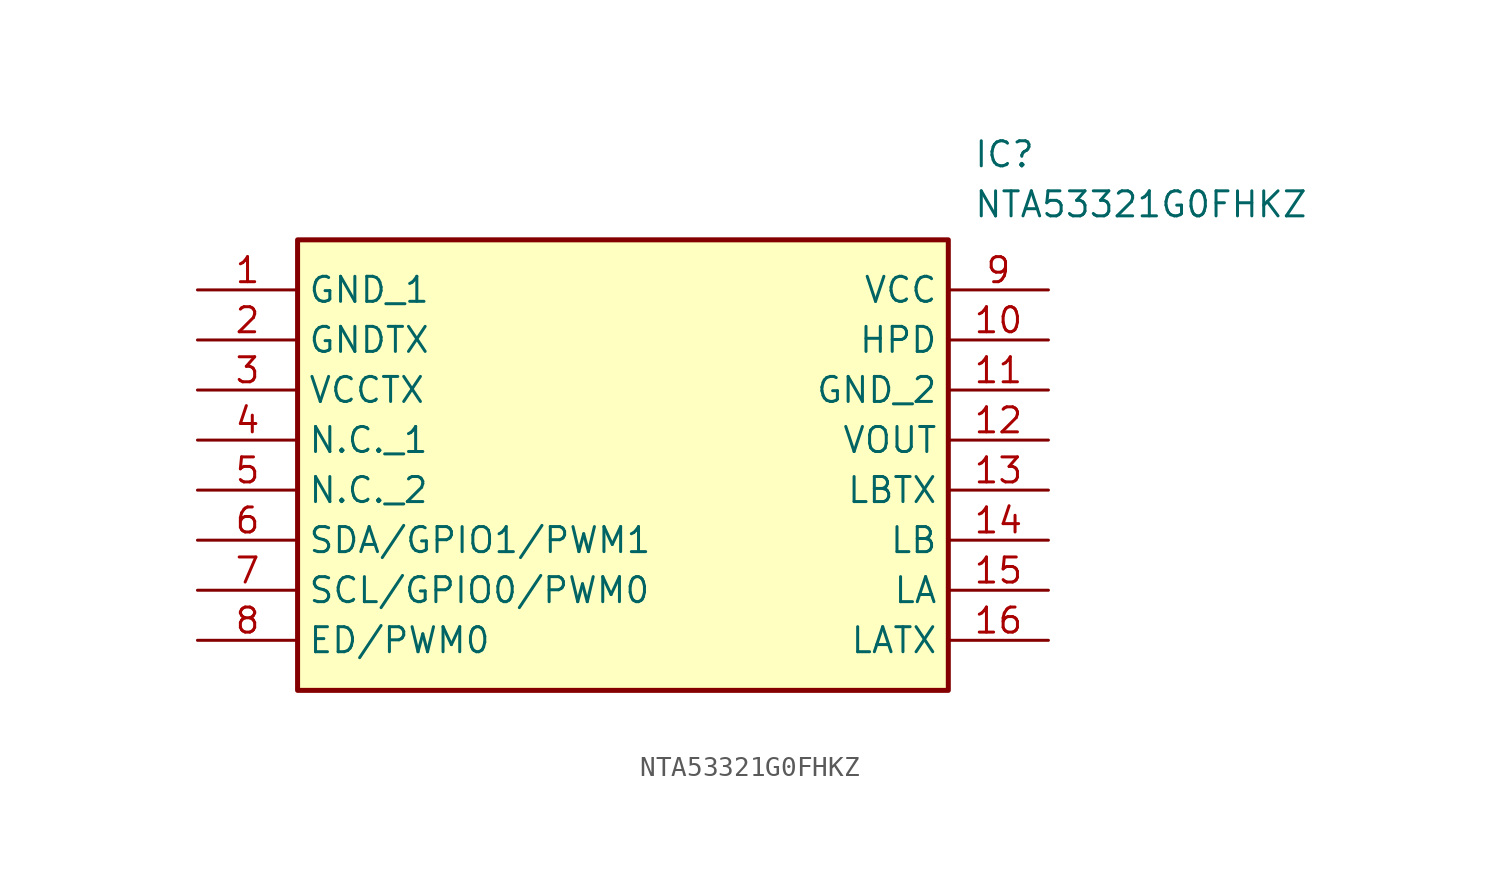
<source format=kicad_sym>
(kicad_symbol_lib
  (version 20211014)
  (generator SamacSys_ECAD_Model)
  (symbol "NTA53321G0FHKZ"
    (property "Reference" "IC"
      (at 39.37 7.62 0)
      (effects (font (size 1.27 1.27)) (justify left top)))
    (property "Value" "NTA53321G0FHKZ"
      (at 39.37 5.08 0)
      (effects (font (size 1.27 1.27)) (justify left top)))
    (rectangle
      (start 5.08 2.54)
      (end 38.1 -20.32)
      (stroke (width 0.254) (type default))
      (fill (type background)))
    (pin passive line
      (at 0 0 0)
      (length 5.08)
      (name "GND_1" (effects (font (size 1.27 1.27))))
      (number "1" (effects (font (size 1.27 1.27)))))
    (pin passive line
      (at 0 -2.54 0)
      (length 5.08)
      (name "GNDTX" (effects (font (size 1.27 1.27))))
      (number "2" (effects (font (size 1.27 1.27)))))
    (pin passive line
      (at 0 -5.08 0)
      (length 5.08)
      (name "VCCTX" (effects (font (size 1.27 1.27))))
      (number "3" (effects (font (size 1.27 1.27)))))
    (pin passive line
      (at 0 -7.62 0)
      (length 5.08)
      (name "N.C._1" (effects (font (size 1.27 1.27))))
      (number "4" (effects (font (size 1.27 1.27)))))
    (pin passive line
      (at 0 -10.16 0)
      (length 5.08)
      (name "N.C._2" (effects (font (size 1.27 1.27))))
      (number "5" (effects (font (size 1.27 1.27)))))
    (pin passive line
      (at 0 -12.7 0)
      (length 5.08)
      (name "SDA/GPIO1/PWM1" (effects (font (size 1.27 1.27))))
      (number "6" (effects (font (size 1.27 1.27)))))
    (pin passive line
      (at 0 -15.24 0)
      (length 5.08)
      (name "SCL/GPIO0/PWM0" (effects (font (size 1.27 1.27))))
      (number "7" (effects (font (size 1.27 1.27)))))
    (pin passive line
      (at 0 -17.78 0)
      (length 5.08)
      (name "ED/PWM0" (effects (font (size 1.27 1.27))))
      (number "8" (effects (font (size 1.27 1.27)))))
    (pin passive line
      (at 43.18 0 180)
      (length 5.08)
      (name "VCC" (effects (font (size 1.27 1.27))))
      (number "9" (effects (font (size 1.27 1.27)))))
    (pin passive line
      (at 43.18 -2.54 180)
      (length 5.08)
      (name "HPD" (effects (font (size 1.27 1.27))))
      (number "10" (effects (font (size 1.27 1.27)))))
    (pin passive line
      (at 43.18 -5.08 180)
      (length 5.08)
      (name "GND_2" (effects (font (size 1.27 1.27))))
      (number "11" (effects (font (size 1.27 1.27)))))
    (pin passive line
      (at 43.18 -7.62 180)
      (length 5.08)
      (name "VOUT" (effects (font (size 1.27 1.27))))
      (number "12" (effects (font (size 1.27 1.27)))))
    (pin passive line
      (at 43.18 -10.16 180)
      (length 5.08)
      (name "LBTX" (effects (font (size 1.27 1.27))))
      (number "13" (effects (font (size 1.27 1.27)))))
    (pin passive line
      (at 43.18 -12.7 180)
      (length 5.08)
      (name "LB" (effects (font (size 1.27 1.27))))
      (number "14" (effects (font (size 1.27 1.27)))))
    (pin passive line
      (at 43.18 -15.24 180)
      (length 5.08)
      (name "LA" (effects (font (size 1.27 1.27))))
      (number "15" (effects (font (size 1.27 1.27)))))
    (pin passive line
      (at 43.18 -17.78 180)
      (length 5.08)
      (name "LATX" (effects (font (size 1.27 1.27))))
      (number "16" (effects (font (size 1.27 1.27)))))))
</source>
